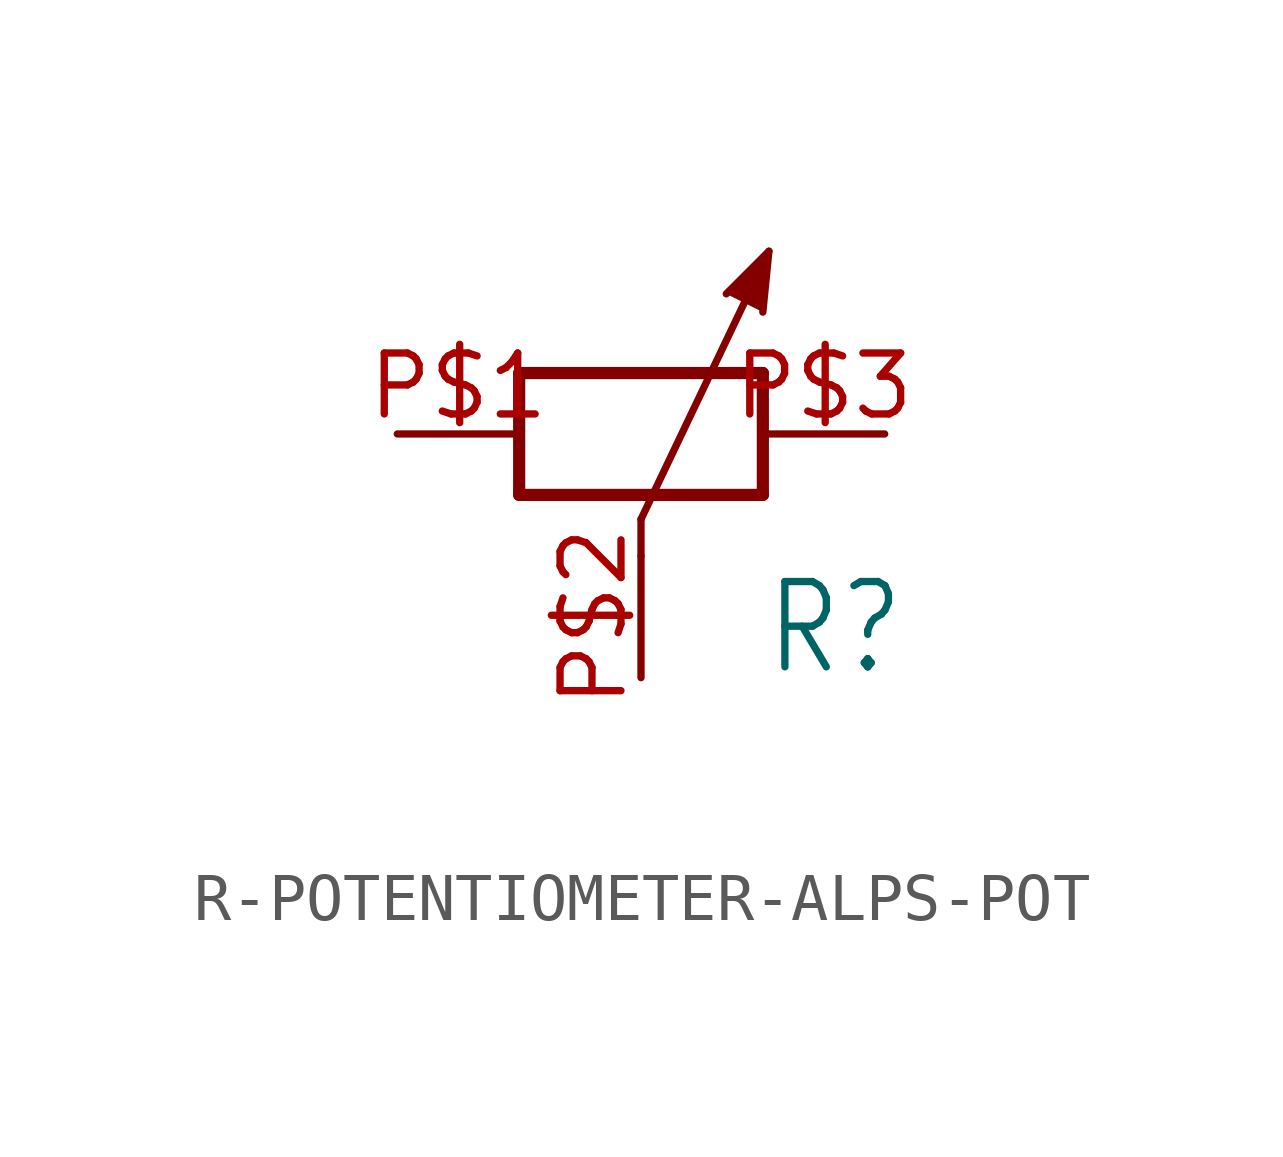
<source format=kicad_sym>
(kicad_symbol_lib
  (version 20220914)
  (generator kicad_symbol_editor)
  (symbol "R-POTENTIOMETER-ALPS-POT"
    (property "Reference" "R"
      (at 2.54 -5.08 0)
      (effects (font (size 1.778 1.511)) (justify left bottom)))
    (property "Value" ""
      (at 2.54 -7.62 0)
      (effects (font (size 1.778 1.511)) (justify left bottom)))
    (property "ki_locked" ""
      (at 0 0 0)
      (effects (font (size 1.27 1.27))))
    (symbol "R-POTENTIOMETER-ALPS-POT_1_0"
      (polyline (pts (xy -2.54 -1.27) (xy 2.54 -1.27)) (stroke (width 0.254) (type solid)) (fill (type none)))
      (polyline (pts (xy -2.54 1.27) (xy -2.54 -1.27)) (stroke (width 0.254) (type solid)) (fill (type none)))
      (polyline (pts (xy 0 -1.778) (xy 0 -2.54)) (stroke (width 0.152) (type solid)) (fill (type none)))
      (polyline (pts (xy 0 -1.778) (xy 2.667 3.81)) (stroke (width 0.152) (type solid)) (fill (type none)))
      (polyline (pts (xy 2.54 -1.27) (xy 2.54 1.27)) (stroke (width 0.254) (type solid)) (fill (type none)))
      (polyline (pts (xy 2.54 1.27) (xy -2.54 1.27)) (stroke (width 0.254) (type solid)) (fill (type none)))
      (polyline (pts (xy 2.54 2.54) (xy 2.667 3.81) (xy 1.778 2.921)) (stroke (width 0.152) (type solid)) (fill (type outline)))
      (pin passive line (at -5.08 0 0) (length 2.54) (name "1" (effects (font (size 0 0)))) (number "P$1" (effects (font (size 1.27 1.27)))))
      (pin passive line (at 0 -5.08 90) (length 2.54) (name "3" (effects (font (size 0 0)))) (number "P$2" (effects (font (size 1.27 1.27)))))
      (pin passive line (at 5.08 0 180) (length 2.54) (name "2" (effects (font (size 0 0)))) (number "P$3" (effects (font (size 1.27 1.27))))))))
</source>
